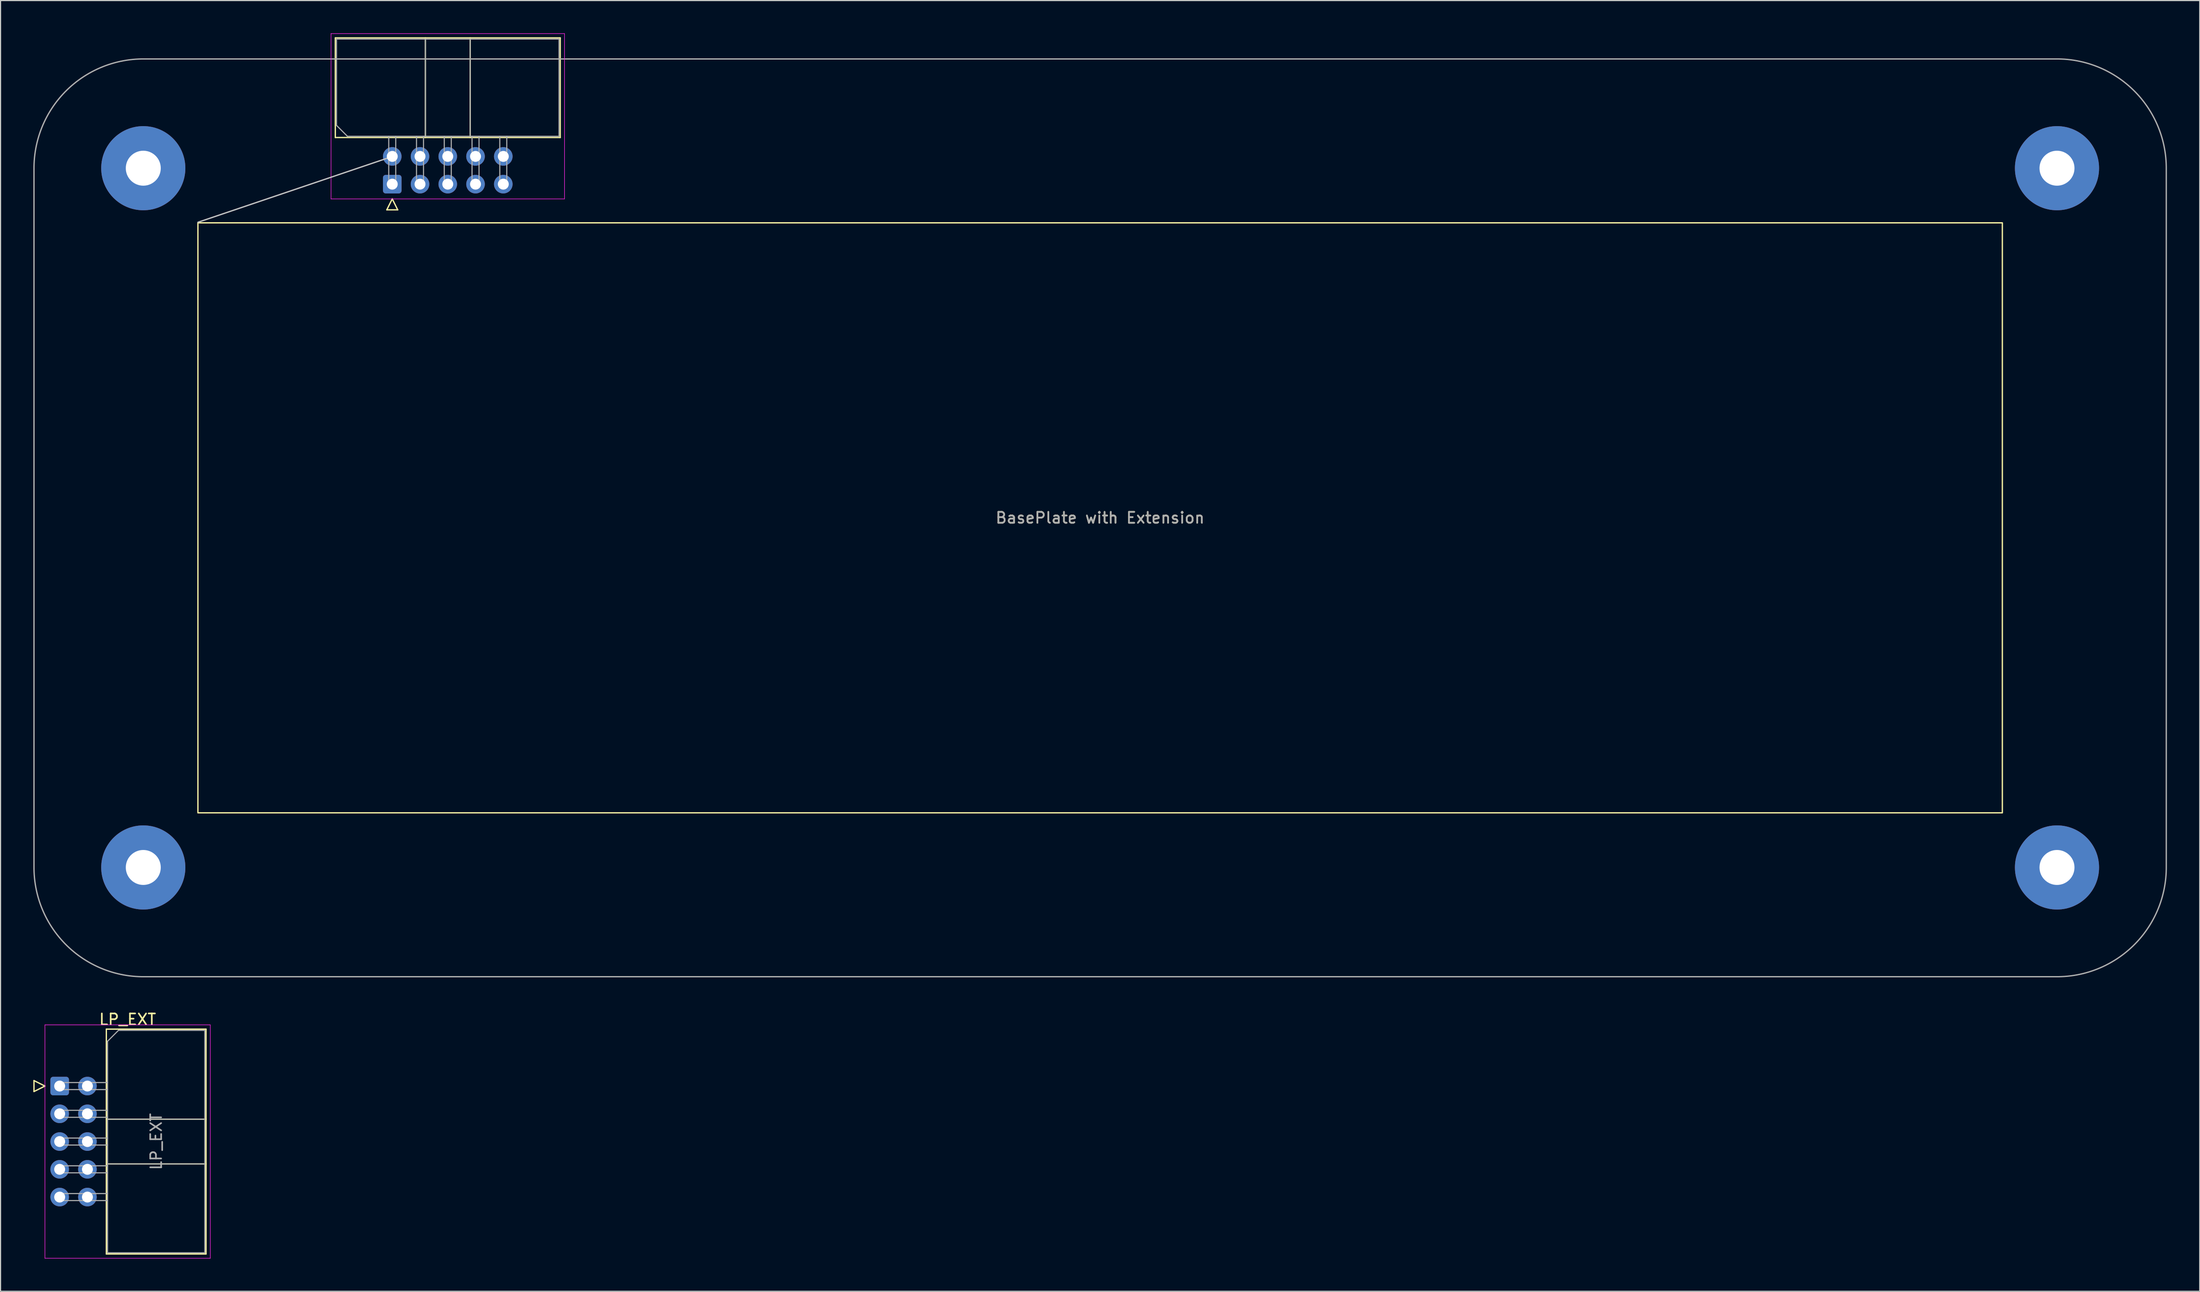
<source format=kicad_pcb>
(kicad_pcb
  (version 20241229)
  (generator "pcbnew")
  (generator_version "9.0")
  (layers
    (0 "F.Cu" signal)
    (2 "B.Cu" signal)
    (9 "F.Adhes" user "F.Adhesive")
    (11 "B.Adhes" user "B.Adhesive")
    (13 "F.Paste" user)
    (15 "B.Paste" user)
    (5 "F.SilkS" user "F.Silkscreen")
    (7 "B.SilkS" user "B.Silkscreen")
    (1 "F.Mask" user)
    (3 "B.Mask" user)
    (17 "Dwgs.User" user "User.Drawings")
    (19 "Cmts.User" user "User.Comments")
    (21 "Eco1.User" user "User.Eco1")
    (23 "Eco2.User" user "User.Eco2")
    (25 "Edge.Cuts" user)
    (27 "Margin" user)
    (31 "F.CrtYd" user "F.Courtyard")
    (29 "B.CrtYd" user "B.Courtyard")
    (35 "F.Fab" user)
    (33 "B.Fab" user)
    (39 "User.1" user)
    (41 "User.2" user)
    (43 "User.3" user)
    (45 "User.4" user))
  (footprint "LP_EXT"
    (layer "F.Cu")
    (at 2.41 96.353)
    (property "Reference" "LP_EXT" (at 6.215 -6.1 0) (layer "F.SilkS") (effects (font (size 1 1) (thickness 0.15))))
    (attr through_hole)
    (fp_line (start -2.35 -0.5) (end -2.35 0.5) (stroke (width 0.12) (type solid)) (layer "F.SilkS"))
    (fp_line (start -2.35 0.5) (end -1.35 0) (stroke (width 0.12) (type solid)) (layer "F.SilkS"))
    (fp_line (start -1.35 0) (end -2.35 -0.5) (stroke (width 0.12) (type solid)) (layer "F.SilkS"))
    (fp_line (start 4.27 -5.21) (end 13.39 -5.21) (stroke (width 0.12) (type solid)) (layer "F.SilkS"))
    (fp_line (start 4.27 3.03) (end 13.39 3.03) (stroke (width 0.12) (type solid)) (layer "F.SilkS"))
    (fp_line (start 4.27 7.13) (end 13.39 7.13) (stroke (width 0.12) (type solid)) (layer "F.SilkS"))
    (fp_line (start 4.27 15.37) (end 4.27 -5.21) (stroke (width 0.12) (type solid)) (layer "F.SilkS"))
    (fp_line (start 13.39 -5.21) (end 13.39 15.37) (stroke (width 0.12) (type solid)) (layer "F.SilkS"))
    (fp_line (start 13.39 15.37) (end 4.27 15.37) (stroke (width 0.12) (type solid)) (layer "F.SilkS"))
    (fp_line (start -1.35 -5.6) (end -1.35 15.76) (stroke (width 0.05) (type solid)) (layer "F.CrtYd"))
    (fp_line (start -1.35 15.76) (end 13.78 15.76) (stroke (width 0.05) (type solid)) (layer "F.CrtYd"))
    (fp_line (start 13.78 -5.6) (end -1.35 -5.6) (stroke (width 0.05) (type solid)) (layer "F.CrtYd"))
    (fp_line (start 13.78 15.76) (end 13.78 -5.6) (stroke (width 0.05) (type solid)) (layer "F.CrtYd"))
    (fp_line (start -0.32 -0.32) (end -0.32 0.32) (stroke (width 0.1) (type solid)) (layer "F.Fab"))
    (fp_line (start -0.32 0.32) (end 4.38 0.32) (stroke (width 0.1) (type solid)) (layer "F.Fab"))
    (fp_line (start -0.32 2.22) (end -0.32 2.86) (stroke (width 0.1) (type solid)) (layer "F.Fab"))
    (fp_line (start -0.32 2.86) (end 4.38 2.86) (stroke (width 0.1) (type solid)) (layer "F.Fab"))
    (fp_line (start -0.32 4.76) (end -0.32 5.4) (stroke (width 0.1) (type solid)) (layer "F.Fab"))
    (fp_line (start -0.32 5.4) (end 4.38 5.4) (stroke (width 0.1) (type solid)) (layer "F.Fab"))
    (fp_line (start -0.32 7.3) (end -0.32 7.94) (stroke (width 0.1) (type solid)) (layer "F.Fab"))
    (fp_line (start -0.32 7.94) (end 4.38 7.94) (stroke (width 0.1) (type solid)) (layer "F.Fab"))
    (fp_line (start -0.32 9.84) (end -0.32 10.48) (stroke (width 0.1) (type solid)) (layer "F.Fab"))
    (fp_line (start -0.32 10.48) (end 4.38 10.48) (stroke (width 0.1) (type solid)) (layer "F.Fab"))
    (fp_line (start 4.38 -4.1) (end 5.38 -5.1) (stroke (width 0.1) (type solid)) (layer "F.Fab"))
    (fp_line (start 4.38 -0.32) (end -0.32 -0.32) (stroke (width 0.1) (type solid)) (layer "F.Fab"))
    (fp_line (start 4.38 2.22) (end -0.32 2.22) (stroke (width 0.1) (type solid)) (layer "F.Fab"))
    (fp_line (start 4.38 3.03) (end 13.28 3.03) (stroke (width 0.1) (type solid)) (layer "F.Fab"))
    (fp_line (start 4.38 4.76) (end -0.32 4.76) (stroke (width 0.1) (type solid)) (layer "F.Fab"))
    (fp_line (start 4.38 7.13) (end 13.28 7.13) (stroke (width 0.1) (type solid)) (layer "F.Fab"))
    (fp_line (start 4.38 7.3) (end -0.32 7.3) (stroke (width 0.1) (type solid)) (layer "F.Fab"))
    (fp_line (start 4.38 9.84) (end -0.32 9.84) (stroke (width 0.1) (type solid)) (layer "F.Fab"))
    (fp_line (start 4.38 15.26) (end 4.38 -4.1) (stroke (width 0.1) (type solid)) (layer "F.Fab"))
    (fp_line (start 5.38 -5.1) (end 13.28 -5.1) (stroke (width 0.1) (type solid)) (layer "F.Fab"))
    (fp_line (start 13.28 -5.1) (end 13.28 15.26) (stroke (width 0.1) (type solid)) (layer "F.Fab"))
    (fp_line (start 13.28 15.26) (end 4.38 15.26) (stroke (width 0.1) (type solid)) (layer "F.Fab"))
    (fp_text user "${REFERENCE}" (at 8.83 5.08 90) (layer "F.Fab") (effects (font (size 1 1) (thickness 0.15))))
    (pad "1" thru_hole roundrect (at 0 0) (size 1.7 1.7) (drill 1) (layers "*.Cu" "*.Mask") (roundrect_rratio 0.147))
    (pad "2" thru_hole circle (at 2.54 0) (size 1.7 1.7) (drill 1) (layers "*.Cu" "*.Mask"))
    (pad "3" thru_hole circle (at 0 2.54) (size 1.7 1.7) (drill 1) (layers "*.Cu" "*.Mask"))
    (pad "4" thru_hole circle (at 2.54 2.54) (size 1.7 1.7) (drill 1) (layers "*.Cu" "*.Mask"))
    (pad "5" thru_hole circle (at 0 5.08) (size 1.7 1.7) (drill 1) (layers "*.Cu" "*.Mask"))
    (pad "6" thru_hole circle (at 2.54 5.08) (size 1.7 1.7) (drill 1) (layers "*.Cu" "*.Mask"))
    (pad "7" thru_hole circle (at 0 7.62) (size 1.7 1.7) (drill 1) (layers "*.Cu" "*.Mask"))
    (pad "8" thru_hole circle (at 2.54 7.62) (size 1.7 1.7) (drill 1) (layers "*.Cu" "*.Mask"))
    (pad "9" thru_hole circle (at 0 10.16) (size 1.7 1.7) (drill 1) (layers "*.Cu" "*.Mask"))
    (pad "10" thru_hole circle (at 2.54 10.16) (size 1.7 1.7) (drill 1) (layers "*.Cu" "*.Mask")))
  (footprint "BasePlate with Extension"
    (layer "F.Cu")
    (at 97.61 44.345)
    (property "Reference" "BasePlate with Extension" (at 0 0 0) (unlocked yes) (layer "F.SilkS") (effects (font (size 1 1) (thickness 0.15))))
    (fp_line (start -69.98 -43.93) (end -49.4 -43.93) (stroke (width 0.12) (type solid)) (layer "F.SilkS"))
    (fp_line (start -69.98 -34.81) (end -69.98 -43.93) (stroke (width 0.12) (type solid)) (layer "F.SilkS"))
    (fp_line (start -65.27 -28.19) (end -64.27 -28.19) (stroke (width 0.12) (type solid)) (layer "F.SilkS"))
    (fp_line (start -64.77 -29.19) (end -65.27 -28.19) (stroke (width 0.12) (type solid)) (layer "F.SilkS"))
    (fp_line (start -64.27 -28.19) (end -64.77 -29.19) (stroke (width 0.12) (type solid)) (layer "F.SilkS"))
    (fp_line (start -61.74 -34.81) (end -61.74 -43.93) (stroke (width 0.12) (type solid)) (layer "F.SilkS"))
    (fp_line (start -57.64 -34.81) (end -57.64 -43.93) (stroke (width 0.12) (type solid)) (layer "F.SilkS"))
    (fp_line (start -49.4 -43.93) (end -49.4 -34.81) (stroke (width 0.12) (type solid)) (layer "F.SilkS"))
    (fp_line (start -49.4 -34.81) (end -69.98 -34.81) (stroke (width 0.12) (type solid)) (layer "F.SilkS"))
    (fp_rect (start -82.55 -27) (end 82.55 27) (stroke (width 0.12) (type solid)) (fill no) (layer "F.SilkS"))
    (fp_line (start -82.55 -27.051) (end -64.77 -33.071) (stroke (width 0.12) (type solid)) (layer "Dwgs.User"))
    (fp_line (start -70.37 -44.32) (end -70.37 -29.19) (stroke (width 0.05) (type solid)) (layer "F.CrtYd"))
    (fp_line (start -70.37 -29.19) (end -49.01 -29.19) (stroke (width 0.05) (type solid)) (layer "F.CrtYd"))
    (fp_line (start -49.01 -44.32) (end -70.37 -44.32) (stroke (width 0.05) (type solid)) (layer "F.CrtYd"))
    (fp_line (start -49.01 -29.19) (end -49.01 -44.32) (stroke (width 0.05) (type solid)) (layer "F.CrtYd"))
    (fp_line (start -69.87 -43.82) (end -49.51 -43.82) (stroke (width 0.1) (type solid)) (layer "F.Fab"))
    (fp_line (start -69.87 -35.92) (end -69.87 -43.82) (stroke (width 0.1) (type solid)) (layer "F.Fab"))
    (fp_line (start -68.87 -34.92) (end -69.87 -35.92) (stroke (width 0.1) (type solid)) (layer "F.Fab"))
    (fp_line (start -65.09 -34.92) (end -65.09 -30.22) (stroke (width 0.1) (type solid)) (layer "F.Fab"))
    (fp_line (start -65.09 -30.22) (end -64.45 -30.22) (stroke (width 0.1) (type solid)) (layer "F.Fab"))
    (fp_line (start -64.45 -30.22) (end -64.45 -34.92) (stroke (width 0.1) (type solid)) (layer "F.Fab"))
    (fp_line (start -62.55 -34.92) (end -62.55 -30.22) (stroke (width 0.1) (type solid)) (layer "F.Fab"))
    (fp_line (start -62.55 -30.22) (end -61.91 -30.22) (stroke (width 0.1) (type solid)) (layer "F.Fab"))
    (fp_line (start -61.91 -30.22) (end -61.91 -34.92) (stroke (width 0.1) (type solid)) (layer "F.Fab"))
    (fp_line (start -61.74 -34.92) (end -61.74 -43.82) (stroke (width 0.1) (type solid)) (layer "F.Fab"))
    (fp_line (start -60.01 -34.92) (end -60.01 -30.22) (stroke (width 0.1) (type solid)) (layer "F.Fab"))
    (fp_line (start -60.01 -30.22) (end -59.37 -30.22) (stroke (width 0.1) (type solid)) (layer "F.Fab"))
    (fp_line (start -59.37 -30.22) (end -59.37 -34.92) (stroke (width 0.1) (type solid)) (layer "F.Fab"))
    (fp_line (start -57.64 -34.92) (end -57.64 -43.82) (stroke (width 0.1) (type solid)) (layer "F.Fab"))
    (fp_line (start -57.47 -34.92) (end -57.47 -30.22) (stroke (width 0.1) (type solid)) (layer "F.Fab"))
    (fp_line (start -57.47 -30.22) (end -56.83 -30.22) (stroke (width 0.1) (type solid)) (layer "F.Fab"))
    (fp_line (start -56.83 -30.22) (end -56.83 -34.92) (stroke (width 0.1) (type solid)) (layer "F.Fab"))
    (fp_line (start -54.93 -34.92) (end -54.93 -30.22) (stroke (width 0.1) (type solid)) (layer "F.Fab"))
    (fp_line (start -54.93 -30.22) (end -54.29 -30.22) (stroke (width 0.1) (type solid)) (layer "F.Fab"))
    (fp_line (start -54.29 -30.22) (end -54.29 -34.92) (stroke (width 0.1) (type solid)) (layer "F.Fab"))
    (fp_line (start -49.51 -43.82) (end -49.51 -34.92) (stroke (width 0.1) (type solid)) (layer "F.Fab"))
    (fp_line (start -49.51 -34.92) (end -68.87 -34.92) (stroke (width 0.1) (type solid)) (layer "F.Fab"))
    (fp_poly (pts (arc (start 87.55 42) (mid 94.621068 39.071068) (end 97.55 32)) (arc (start 97.55 -32) (mid 94.621068 -39.071068) (end 87.55 -42)) (arc (start -87.55 -42) (mid -94.621068 -39.071068) (end -97.55 -32)) (arc (start -97.55 32) (mid -94.621068 39.071068) (end -87.55 42))) (stroke (width 0.12) (type solid)) (fill no) (layer "F.Fab"))
    (fp_text user "${REFERENCE}" (at 0 0 0) (layer "F.Fab") (effects (font (size 1 1) (thickness 0.15))))
    (fp_text user "^ Convert to EdgeCut" (at -8.736 -40.769 0) (unlocked yes) (layer "User.1") (effects (font (size 1 1) (thickness 0.15))))
    (pad "" np_thru_hole circle (at -87.55 -32 90) (size 7.7 7.7) (drill 3.2) (layers "*.Cu" "*.Mask"))
    (pad "" np_thru_hole circle (at -87.55 32 180) (size 7.7 7.7) (drill 3.2) (layers "*.Cu" "*.Mask"))
    (pad "" np_thru_hole circle (at 87.55 -32) (size 7.7 7.7) (drill 3.2) (layers "*.Cu" "*.Mask"))
    (pad "" np_thru_hole circle (at 87.55 32 270) (size 7.7 7.7) (drill 3.2) (layers "*.Cu" "*.Mask"))
    (pad "1" thru_hole roundrect (at -64.77 -30.54 90) (size 1.7 1.7) (drill 1) (layers "*.Cu" "*.Mask") (roundrect_rratio 0.147))
    (pad "2" thru_hole circle (at -64.77 -33.08 90) (size 1.7 1.7) (drill 1) (layers "*.Cu" "*.Mask"))
    (pad "3" thru_hole circle (at -62.23 -30.54 90) (size 1.7 1.7) (drill 1) (layers "*.Cu" "*.Mask"))
    (pad "4" thru_hole circle (at -62.23 -33.08 90) (size 1.7 1.7) (drill 1) (layers "*.Cu" "*.Mask"))
    (pad "5" thru_hole circle (at -59.69 -30.54 90) (size 1.7 1.7) (drill 1) (layers "*.Cu" "*.Mask"))
    (pad "6" thru_hole circle (at -59.69 -33.08 90) (size 1.7 1.7) (drill 1) (layers "*.Cu" "*.Mask"))
    (pad "7" thru_hole circle (at -57.15 -30.54 90) (size 1.7 1.7) (drill 1) (layers "*.Cu" "*.Mask"))
    (pad "8" thru_hole circle (at -57.15 -33.08 90) (size 1.7 1.7) (drill 1) (layers "*.Cu" "*.Mask"))
    (pad "9" thru_hole circle (at -54.61 -30.54 90) (size 1.7 1.7) (drill 1) (layers "*.Cu" "*.Mask"))
    (pad "10" thru_hole circle (at -54.61 -33.08 90) (size 1.7 1.7) (drill 1) (layers "*.Cu" "*.Mask")))
  (gr_rect
    (start -3 -3)
    (end 198.22 115.138)
    (stroke (width 0.1) (type default))
    (fill no)
    (layer "Edge.Cuts")))
</source>
